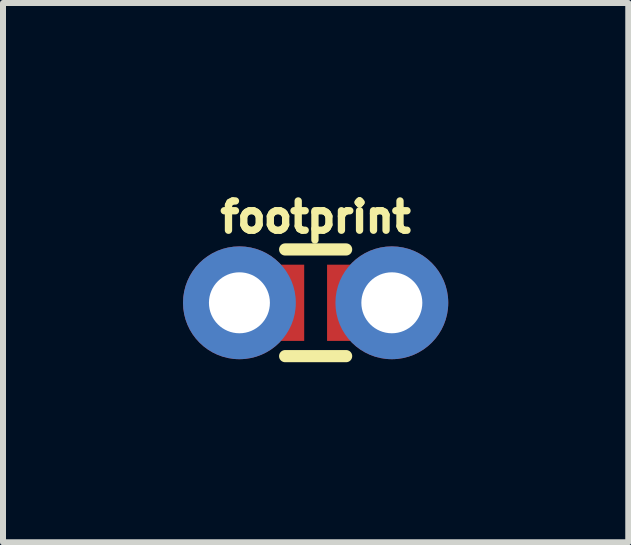
<source format=kicad_pcb>
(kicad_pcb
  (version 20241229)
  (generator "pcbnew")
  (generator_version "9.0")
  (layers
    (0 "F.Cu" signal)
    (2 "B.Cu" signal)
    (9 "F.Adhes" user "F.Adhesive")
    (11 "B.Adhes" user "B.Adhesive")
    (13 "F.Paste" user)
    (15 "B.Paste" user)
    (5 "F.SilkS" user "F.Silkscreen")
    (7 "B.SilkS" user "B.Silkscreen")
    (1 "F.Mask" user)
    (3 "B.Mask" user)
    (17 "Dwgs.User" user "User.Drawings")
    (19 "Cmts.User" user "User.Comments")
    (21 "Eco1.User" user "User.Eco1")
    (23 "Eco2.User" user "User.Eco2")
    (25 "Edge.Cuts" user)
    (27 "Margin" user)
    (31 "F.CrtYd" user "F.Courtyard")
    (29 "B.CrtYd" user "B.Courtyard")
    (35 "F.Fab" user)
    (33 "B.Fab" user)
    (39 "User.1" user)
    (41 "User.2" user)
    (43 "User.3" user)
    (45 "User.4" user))
  (footprint "footprint"
    (layer "F.Cu")
    (at 2.21 1.996)
    (property "Reference" "footprint" (at 0 -1.143 0) (layer "F.SilkS") (effects (font (size 0.488 0.488) (thickness 0.122)) (justify bottom)))
    (fp_poly (pts (xy 0.254 0.724) (xy -0.254 0.724) (xy -0.254 -0.724) (xy 0.254 -0.724)) (stroke (width 0) (type solid)) (fill yes) (layer "F.Mask"))
    (fp_line (start 0.508 -0.889) (end -0.508 -0.889) (stroke (width 0.203) (type solid)) (layer "F.SilkS"))
    (fp_line (start 0.508 0.889) (end -0.508 0.889) (stroke (width 0.203) (type solid)) (layer "F.SilkS"))
    (fp_poly (pts (xy -1.524 0.254) (xy -1.016 0.254) (xy -1.016 -0.254) (xy -1.524 -0.254)) (stroke (width 0.1) (type solid)) (fill no) (layer "F.Fab"))
    (fp_poly (pts (xy 1.016 0.254) (xy 1.524 0.254) (xy 1.524 -0.254) (xy 1.016 -0.254)) (stroke (width 0.1) (type solid)) (fill no) (layer "F.Fab"))
    (pad "1" smd rect (at -0.508 0) (size 0.635 1.27) (layers "F.Cu" "F.Mask"))
    (pad "2" smd rect (at 0.508 0) (size 0.635 1.27) (layers "F.Cu" "F.Mask"))
    (pad "3" thru_hole circle (at -1.27 0 90) (size 1.88 1.88) (drill 1.016) (layers "*.Cu" "*.Mask"))
    (pad "4" thru_hole circle (at 1.27 0 90) (size 1.88 1.88) (drill 1.016) (layers "*.Cu" "*.Mask")))
  (gr_rect
    (start -3 -3)
    (end 7.42 5.987)
    (stroke (width 0.1) (type default))
    (fill no)
    (layer "Edge.Cuts")))
</source>
